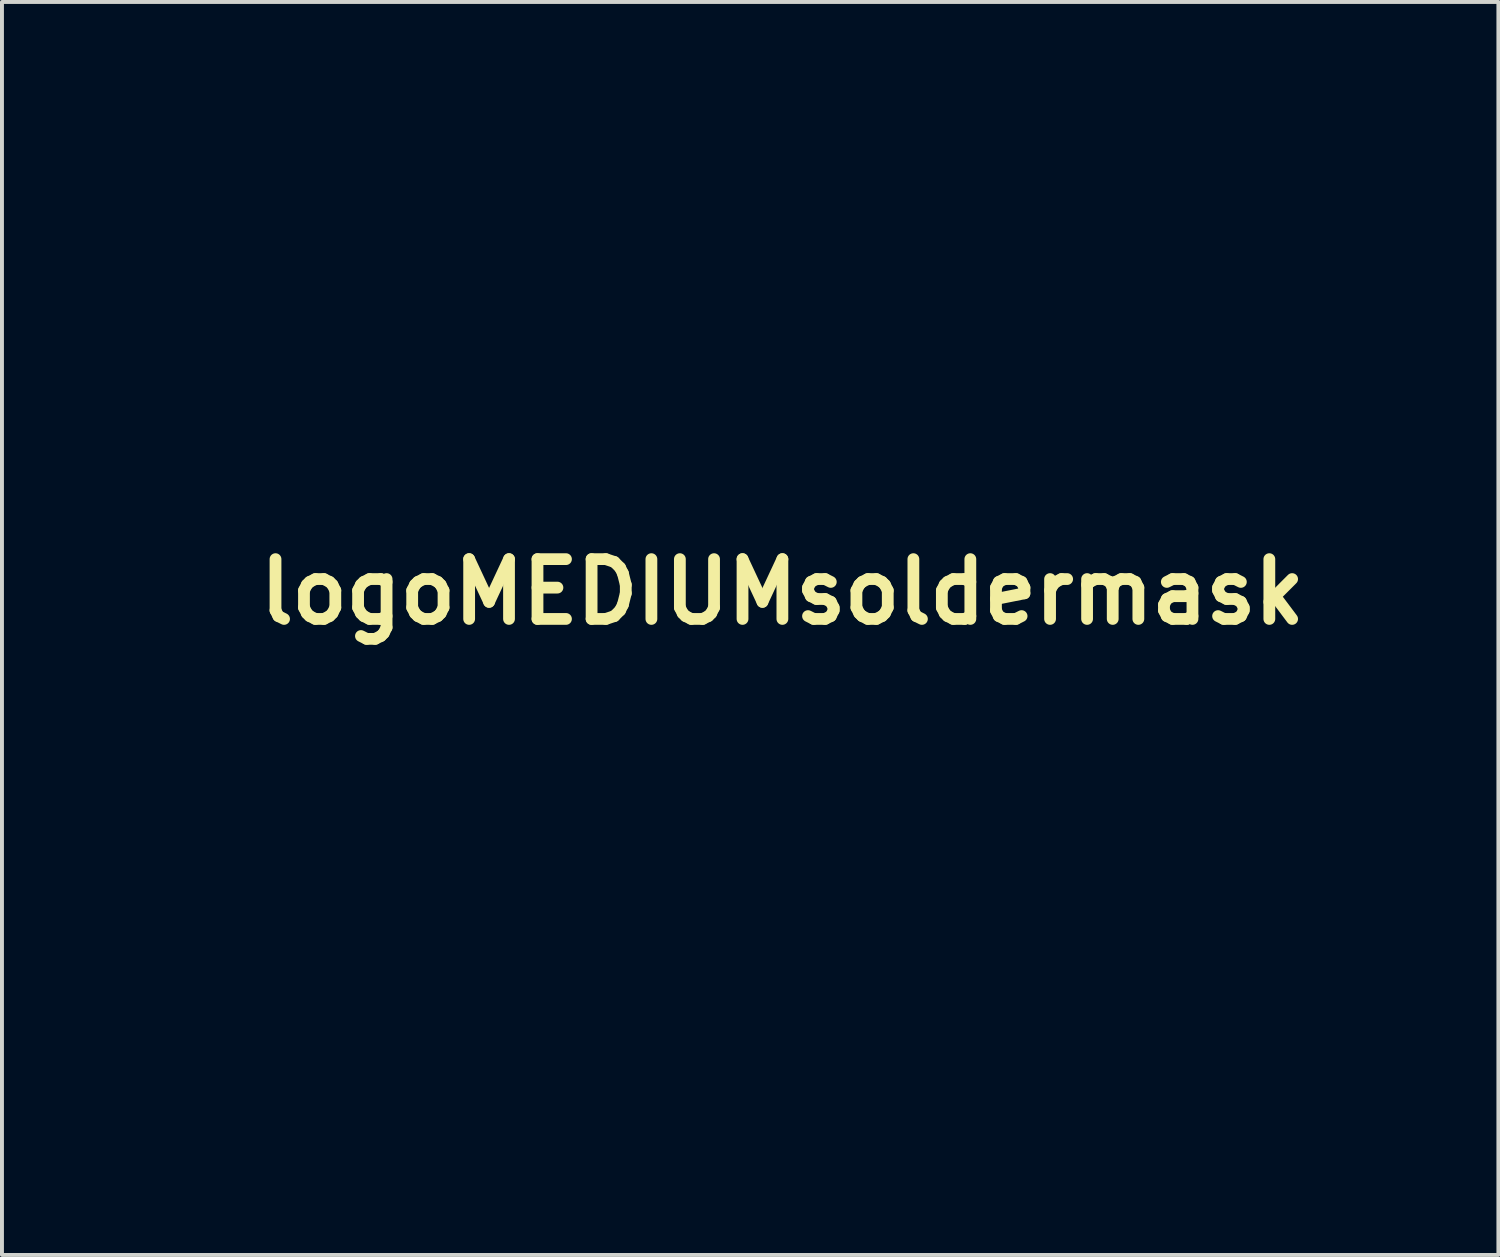
<source format=kicad_pcb>
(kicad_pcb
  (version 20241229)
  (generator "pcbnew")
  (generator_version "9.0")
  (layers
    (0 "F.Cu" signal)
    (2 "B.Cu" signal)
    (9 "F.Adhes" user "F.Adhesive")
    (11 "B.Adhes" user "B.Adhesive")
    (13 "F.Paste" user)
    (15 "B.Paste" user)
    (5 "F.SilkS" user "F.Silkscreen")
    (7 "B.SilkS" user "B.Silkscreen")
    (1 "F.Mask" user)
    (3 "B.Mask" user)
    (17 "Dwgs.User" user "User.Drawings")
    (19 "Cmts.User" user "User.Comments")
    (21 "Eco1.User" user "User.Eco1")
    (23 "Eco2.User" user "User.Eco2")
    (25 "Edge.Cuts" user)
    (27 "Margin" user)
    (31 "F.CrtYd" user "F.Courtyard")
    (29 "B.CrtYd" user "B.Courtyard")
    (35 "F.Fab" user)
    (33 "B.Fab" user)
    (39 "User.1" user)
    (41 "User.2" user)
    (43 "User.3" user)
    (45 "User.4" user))
  (footprint "logoMEDIUMsoldermask"
    (layer "F.Cu")
    (at 16.889 12.034)
    (property "Reference" "logoMEDIUMsoldermask" (at 0 0 0) (layer "F.SilkS") (effects (font (size 1.524 1.524) (thickness 0.3))))
    (attr through_hole)
    (fp_poly (pts (xy -8.672 12.954) (xy -9.035 12.954) (xy -9.035 10.414) (xy -8.672 10.414) (xy -8.672 12.954)) (stroke (width 0.01) (type solid)) (fill yes) (layer "F.Mask"))
    (fp_poly (pts (xy -8.684 9.448) (xy -8.656 9.479) (xy -8.605 9.6) (xy -8.624 9.712) (xy -8.695 9.795) (xy -8.811 9.859) (xy -8.914 9.855) (xy -9.019 9.781) (xy -9.019 9.781) (xy -9.08 9.699) (xy -9.108 9.621) (xy -9.108 9.617) (xy -9.076 9.517) (xy -8.997 9.444) (xy -8.89 9.403) (xy -8.779 9.402) (xy -8.684 9.448)) (stroke (width 0.01) (type solid)) (fill yes) (layer "F.Mask"))
    (fp_poly (pts (xy -13.235 9.58) (xy -12.916 9.582) (xy -12.657 9.59) (xy -12.448 9.604) (xy -12.277 9.627) (xy -12.133 9.659) (xy -12.004 9.702) (xy -11.923 9.737) (xy -11.682 9.88) (xy -11.501 10.064) (xy -11.379 10.289) (xy -11.317 10.556) (xy -11.307 10.722) (xy -11.335 11.016) (xy -11.422 11.268) (xy -11.568 11.479) (xy -11.774 11.649) (xy -11.877 11.707) (xy -12.053 11.797) (xy -11.989 11.895) (xy -11.945 11.959) (xy -11.868 12.068) (xy -11.768 12.21) (xy -11.654 12.369) (xy -11.612 12.428) (xy -11.499 12.585) (xy -11.401 12.723) (xy -11.325 12.831) (xy -11.28 12.897) (xy -11.272 12.909) (xy -11.274 12.936) (xy -11.329 12.95) (xy -11.437 12.953) (xy -11.63 12.953) (xy -12.011 12.411) (xy -12.392 11.869) (xy -12.981 11.867) (xy -13.571 11.865) (xy -13.571 12.954) (xy -13.934 12.954) (xy -13.934 11.582) (xy -13.571 11.582) (xy -12.927 11.569) (xy -12.686 11.563) (xy -12.505 11.555) (xy -12.371 11.545) (xy -12.271 11.53) (xy -12.193 11.51) (xy -12.123 11.482) (xy -12.119 11.481) (xy -11.918 11.352) (xy -11.77 11.177) (xy -11.681 10.966) (xy -11.654 10.723) (xy -11.659 10.639) (xy -11.715 10.404) (xy -11.83 10.212) (xy -12.004 10.061) (xy -12.053 10.031) (xy -12.124 9.993) (xy -12.186 9.965) (xy -12.254 9.946) (xy -12.339 9.932) (xy -12.455 9.924) (xy -12.614 9.918) (xy -12.829 9.914) (xy -12.909 9.912) (xy -13.571 9.9) (xy -13.571 11.582) (xy -13.934 11.582) (xy -13.934 9.579) (xy -13.235 9.58)) (stroke (width 0.01) (type solid)) (fill yes) (layer "F.Mask"))
    (fp_poly (pts (xy -0.276 10.435) (xy -0.043 10.499) (xy 0.147 10.61) (xy 0.212 10.666) (xy 0.285 10.743) (xy 0.343 10.823) (xy 0.388 10.914) (xy 0.421 11.026) (xy 0.445 11.168) (xy 0.459 11.349) (xy 0.468 11.578) (xy 0.471 11.865) (xy 0.472 12.072) (xy 0.472 12.954) (xy 0.145 12.954) (xy 0.145 12.577) (xy 0.027 12.691) (xy -0.139 12.821) (xy -0.325 12.904) (xy -0.548 12.945) (xy -0.726 12.953) (xy -0.903 12.948) (xy -1.035 12.931) (xy -1.149 12.897) (xy -1.22 12.867) (xy -1.41 12.75) (xy -1.538 12.602) (xy -1.609 12.414) (xy -1.626 12.28) (xy -1.63 12.164) (xy -1.298 12.164) (xy -1.293 12.321) (xy -1.243 12.465) (xy -1.152 12.573) (xy -1.118 12.595) (xy -0.91 12.669) (xy -0.675 12.693) (xy -0.44 12.667) (xy -0.229 12.592) (xy -0.203 12.577) (xy -0.029 12.436) (xy 0.088 12.256) (xy 0.142 12.046) (xy 0.145 11.98) (xy 0.145 11.793) (xy -0.403 11.793) (xy -0.663 11.796) (xy -0.862 11.808) (xy -1.009 11.831) (xy -1.114 11.868) (xy -1.189 11.922) (xy -1.243 11.995) (xy -1.253 12.014) (xy -1.298 12.164) (xy -1.63 12.164) (xy -1.63 12.138) (xy -1.616 12.035) (xy -1.576 11.94) (xy -1.55 11.893) (xy -1.458 11.772) (xy -1.334 11.676) (xy -1.173 11.603) (xy -0.965 11.552) (xy -0.705 11.52) (xy -0.384 11.505) (xy -0.209 11.503) (xy -0.038 11.502) (xy 0.071 11.493) (xy 0.129 11.465) (xy 0.146 11.406) (xy 0.133 11.306) (xy 0.106 11.18) (xy 0.034 10.997) (xy -0.091 10.857) (xy -0.258 10.76) (xy -0.461 10.708) (xy -0.688 10.705) (xy -0.933 10.752) (xy -1.185 10.852) (xy -1.201 10.86) (xy -1.441 10.983) (xy -1.507 10.861) (xy -1.542 10.786) (xy -1.546 10.732) (xy -1.509 10.686) (xy -1.422 10.632) (xy -1.323 10.582) (xy -1.093 10.487) (xy -0.854 10.433) (xy -0.578 10.415) (xy -0.56 10.415) (xy -0.276 10.435)) (stroke (width 0.01) (type solid)) (fill yes) (layer "F.Mask"))
    (fp_poly (pts (xy 11.967 9.734) (xy 11.956 9.888) (xy 11.185 9.898) (xy 10.926 9.902) (xy 10.731 9.906) (xy 10.592 9.913) (xy 10.499 9.921) (xy 10.444 9.933) (xy 10.419 9.948) (xy 10.414 9.963) (xy 10.41 10.028) (xy 10.4 10.146) (xy 10.385 10.297) (xy 10.367 10.462) (xy 10.35 10.619) (xy 10.334 10.751) (xy 10.322 10.835) (xy 10.304 10.948) (xy 10.767 10.968) (xy 10.986 10.983) (xy 11.188 11.004) (xy 11.35 11.031) (xy 11.426 11.049) (xy 11.688 11.158) (xy 11.888 11.304) (xy 12.028 11.49) (xy 12.108 11.717) (xy 12.13 11.974) (xy 12.094 12.243) (xy 11.998 12.474) (xy 11.845 12.665) (xy 11.637 12.812) (xy 11.377 12.912) (xy 11.07 12.963) (xy 11.067 12.963) (xy 10.932 12.97) (xy 10.808 12.97) (xy 10.759 12.966) (xy 10.513 12.925) (xy 10.275 12.86) (xy 10.062 12.778) (xy 9.889 12.684) (xy 9.786 12.598) (xy 9.746 12.548) (xy 9.742 12.504) (xy 9.777 12.439) (xy 9.802 12.4) (xy 9.884 12.275) (xy 10.049 12.393) (xy 10.291 12.528) (xy 10.565 12.617) (xy 10.85 12.657) (xy 11.125 12.643) (xy 11.254 12.615) (xy 11.458 12.535) (xy 11.605 12.428) (xy 11.708 12.282) (xy 11.724 12.249) (xy 11.785 12.04) (xy 11.78 11.837) (xy 11.711 11.651) (xy 11.582 11.496) (xy 11.578 11.493) (xy 11.471 11.418) (xy 11.345 11.362) (xy 11.189 11.323) (xy 10.991 11.299) (xy 10.741 11.287) (xy 10.537 11.285) (xy 10.344 11.283) (xy 10.179 11.279) (xy 10.053 11.271) (xy 9.981 11.263) (xy 9.968 11.258) (xy 9.968 11.215) (xy 9.974 11.111) (xy 9.987 10.957) (xy 10.005 10.763) (xy 10.027 10.541) (xy 10.037 10.45) (xy 10.061 10.218) (xy 10.083 10.01) (xy 10.101 9.835) (xy 10.114 9.707) (xy 10.121 9.635) (xy 10.122 9.625) (xy 10.139 9.61) (xy 10.192 9.599) (xy 10.289 9.591) (xy 10.435 9.585) (xy 10.638 9.581) (xy 10.904 9.58) (xy 11.051 9.579) (xy 11.978 9.579) (xy 11.967 9.734)) (stroke (width 0.01) (type solid)) (fill yes) (layer "F.Mask"))
    (fp_poly (pts (xy 7.162 9.573) (xy 7.342 9.595) (xy 7.508 9.627) (xy 7.642 9.666) (xy 7.729 9.708) (xy 7.749 9.727) (xy 7.746 9.775) (xy 7.716 9.859) (xy 7.704 9.886) (xy 7.651 9.974) (xy 7.602 9.997) (xy 7.586 9.993) (xy 7.417 9.927) (xy 7.272 9.889) (xy 7.119 9.874) (xy 6.927 9.876) (xy 6.912 9.877) (xy 6.739 9.888) (xy 6.612 9.907) (xy 6.506 9.941) (xy 6.396 9.995) (xy 6.392 9.997) (xy 6.207 10.119) (xy 6.065 10.269) (xy 5.947 10.465) (xy 5.926 10.511) (xy 5.88 10.64) (xy 5.839 10.807) (xy 5.807 10.99) (xy 5.788 11.165) (xy 5.784 11.309) (xy 5.792 11.382) (xy 5.808 11.429) (xy 5.83 11.433) (xy 5.871 11.386) (xy 5.912 11.33) (xy 6.055 11.188) (xy 6.252 11.069) (xy 6.486 10.984) (xy 6.599 10.959) (xy 6.887 10.937) (xy 7.16 10.974) (xy 7.408 11.065) (xy 7.621 11.206) (xy 7.788 11.391) (xy 7.873 11.545) (xy 7.934 11.764) (xy 7.947 12.004) (xy 7.911 12.239) (xy 7.83 12.445) (xy 7.817 12.469) (xy 7.654 12.664) (xy 7.441 12.816) (xy 7.19 12.918) (xy 6.911 12.968) (xy 6.614 12.962) (xy 6.536 12.95) (xy 6.243 12.868) (xy 5.994 12.728) (xy 5.791 12.532) (xy 5.633 12.283) (xy 5.522 11.98) (xy 5.501 11.865) (xy 5.926 11.865) (xy 5.928 12.067) (xy 5.991 12.254) (xy 6.108 12.418) (xy 6.274 12.547) (xy 6.482 12.634) (xy 6.611 12.659) (xy 6.828 12.669) (xy 7.039 12.646) (xy 7.216 12.593) (xy 7.245 12.579) (xy 7.41 12.457) (xy 7.529 12.294) (xy 7.599 12.107) (xy 7.617 11.909) (xy 7.581 11.716) (xy 7.489 11.542) (xy 7.43 11.476) (xy 7.235 11.335) (xy 7.004 11.257) (xy 6.804 11.238) (xy 6.531 11.262) (xy 6.303 11.34) (xy 6.124 11.47) (xy 5.995 11.649) (xy 5.991 11.658) (xy 5.926 11.865) (xy 5.501 11.865) (xy 5.459 11.626) (xy 5.443 11.314) (xy 5.462 10.944) (xy 5.521 10.627) (xy 5.624 10.355) (xy 5.773 10.119) (xy 5.848 10.031) (xy 6.065 9.831) (xy 6.299 9.691) (xy 6.563 9.605) (xy 6.87 9.567) (xy 6.985 9.565) (xy 7.162 9.573)) (stroke (width 0.01) (type solid)) (fill yes) (layer "F.Mask"))
    (fp_poly (pts (xy -3.883 11.566) (xy -3.884 11.86) (xy -3.888 12.142) (xy -3.893 12.4) (xy -3.9 12.623) (xy -3.908 12.8) (xy -3.917 12.92) (xy -3.921 12.949) (xy -3.994 13.235) (xy -4.115 13.466) (xy -4.286 13.646) (xy -4.508 13.778) (xy -4.639 13.826) (xy -4.866 13.874) (xy -5.129 13.894) (xy -5.398 13.885) (xy -5.642 13.847) (xy -5.648 13.846) (xy -5.79 13.803) (xy -5.944 13.742) (xy -6.091 13.674) (xy -6.209 13.608) (xy -6.277 13.554) (xy -6.298 13.502) (xy -6.276 13.431) (xy -6.255 13.391) (xy -6.204 13.318) (xy -6.167 13.281) (xy -6.163 13.281) (xy -6.12 13.298) (xy -6.037 13.344) (xy -5.962 13.39) (xy -5.822 13.459) (xy -5.646 13.522) (xy -5.515 13.556) (xy -5.22 13.595) (xy -4.952 13.582) (xy -4.717 13.522) (xy -4.523 13.417) (xy -4.377 13.27) (xy -4.287 13.083) (xy -4.284 13.073) (xy -4.265 12.966) (xy -4.251 12.819) (xy -4.246 12.665) (xy -4.245 12.395) (xy -4.381 12.528) (xy -4.551 12.667) (xy -4.733 12.759) (xy -4.945 12.81) (xy -5.205 12.827) (xy -5.225 12.827) (xy -5.402 12.824) (xy -5.531 12.812) (xy -5.636 12.788) (xy -5.742 12.746) (xy -5.771 12.733) (xy -6.006 12.597) (xy -6.187 12.431) (xy -6.33 12.217) (xy -6.357 12.164) (xy -6.422 12.021) (xy -6.458 11.9) (xy -6.473 11.767) (xy -6.475 11.66) (xy -6.136 11.66) (xy -6.096 11.883) (xy -6.008 12.092) (xy -5.873 12.273) (xy -5.697 12.415) (xy -5.49 12.503) (xy -5.263 12.546) (xy -5.055 12.541) (xy -4.867 12.498) (xy -4.691 12.42) (xy -4.523 12.301) (xy -4.387 12.16) (xy -4.333 12.077) (xy -4.263 11.882) (xy -4.232 11.66) (xy -4.245 11.449) (xy -4.248 11.432) (xy -4.328 11.195) (xy -4.458 11.007) (xy -4.646 10.859) (xy -4.732 10.812) (xy -4.866 10.75) (xy -4.969 10.717) (xy -5.075 10.706) (xy -5.216 10.711) (xy -5.234 10.712) (xy -5.482 10.749) (xy -5.684 10.828) (xy -5.859 10.959) (xy -5.924 11.026) (xy -6.053 11.219) (xy -6.123 11.435) (xy -6.136 11.66) (xy -6.475 11.66) (xy -6.476 11.65) (xy -6.461 11.419) (xy -6.421 11.218) (xy -6.41 11.186) (xy -6.307 10.98) (xy -6.149 10.785) (xy -5.957 10.619) (xy -5.813 10.534) (xy -5.711 10.487) (xy -5.62 10.457) (xy -5.518 10.441) (xy -5.384 10.433) (xy -5.225 10.432) (xy -5.042 10.434) (xy -4.911 10.443) (xy -4.811 10.462) (xy -4.722 10.494) (xy -4.666 10.52) (xy -4.53 10.602) (xy -4.395 10.707) (xy -4.348 10.751) (xy -4.209 10.894) (xy -4.209 10.414) (xy -3.883 10.414) (xy -3.883 11.566)) (stroke (width 0.01) (type solid)) (fill yes) (layer "F.Mask"))
    (fp_poly (pts (xy -5.369 -12.024) (xy -5.351 -12.002) (xy -5.338 -11.952) (xy -5.329 -11.865) (xy -5.323 -11.73) (xy -5.319 -11.536) (xy -5.317 -11.448) (xy -5.311 -11.271) (xy -5.299 -11.035) (xy -5.283 -10.753) (xy -5.262 -10.44) (xy -5.238 -10.107) (xy -5.212 -9.77) (xy -5.193 -9.543) (xy -5.155 -9.107) (xy -5.123 -8.737) (xy -5.096 -8.427) (xy -5.073 -8.171) (xy -5.052 -7.963) (xy -5.034 -7.797) (xy -5.018 -7.666) (xy -5.002 -7.565) (xy -4.986 -7.488) (xy -4.969 -7.428) (xy -4.951 -7.38) (xy -4.93 -7.337) (xy -4.905 -7.293) (xy -4.892 -7.27) (xy -4.832 -7.156) (xy -4.805 -7.082) (xy -4.808 -7.027) (xy -4.827 -6.983) (xy -4.844 -6.933) (xy -4.855 -6.849) (xy -4.86 -6.724) (xy -4.86 -6.548) (xy -4.855 -6.312) (xy -4.851 -6.2) (xy -4.829 -5.504) (xy -4.71 -5.381) (xy -4.59 -5.257) (xy -4.585 -4.84) (xy -4.581 -4.651) (xy -4.572 -4.52) (xy -4.558 -4.434) (xy -4.535 -4.378) (xy -4.516 -4.352) (xy -4.473 -4.287) (xy -4.484 -4.22) (xy -4.496 -4.197) (xy -4.517 -4.117) (xy -4.533 -3.969) (xy -4.543 -3.754) (xy -4.548 -3.551) (xy -4.554 -2.989) (xy -4.453 -2.856) (xy -4.291 -2.597) (xy -4.199 -2.339) (xy -4.179 -2.085) (xy -4.214 -1.884) (xy -4.236 -1.795) (xy -4.228 -1.732) (xy -4.183 -1.663) (xy -4.142 -1.615) (xy -4.069 -1.53) (xy -4.037 -1.477) (xy -4.042 -1.432) (xy -4.08 -1.369) (xy -4.091 -1.351) (xy -4.115 -1.307) (xy -4.131 -1.248) (xy -4.142 -1.165) (xy -4.147 -1.046) (xy -4.148 -0.877) (xy -4.145 -0.648) (xy -4.145 -0.644) (xy -4.136 -0.033) (xy -3.938 0.361) (xy -3.74 0.756) (xy -3.762 1.294) (xy -3.784 1.832) (xy -3.688 1.947) (xy -3.619 2.039) (xy -3.599 2.111) (xy -3.629 2.188) (xy -3.686 2.269) (xy -3.73 2.33) (xy -3.756 2.386) (xy -3.767 2.455) (xy -3.767 2.556) (xy -3.757 2.707) (xy -3.755 2.739) (xy -3.741 2.889) (xy -3.727 3.01) (xy -3.713 3.084) (xy -3.706 3.099) (xy -3.666 3.102) (xy -3.561 3.107) (xy -3.4 3.113) (xy -3.19 3.118) (xy -2.939 3.125) (xy -2.656 3.131) (xy -2.348 3.137) (xy -2.281 3.139) (xy -0.879 3.165) (xy -0.854 2.553) (xy -0.839 2.163) (xy -0.825 1.839) (xy -0.814 1.574) (xy -0.802 1.364) (xy -0.79 1.2) (xy -0.775 1.078) (xy -0.757 0.991) (xy -0.734 0.933) (xy -0.706 0.896) (xy -0.671 0.876) (xy -0.627 0.866) (xy -0.575 0.859) (xy -0.536 0.853) (xy -0.402 0.832) (xy -0.424 0.368) (xy -0.432 0.172) (xy -0.434 0.028) (xy -0.427 -0.084) (xy -0.409 -0.185) (xy -0.379 -0.293) (xy -0.348 -0.39) (xy -0.247 -0.641) (xy -0.114 -0.892) (xy 0.035 -1.119) (xy 0.145 -1.252) (xy 0.185 -1.298) (xy 0.214 -1.346) (xy 0.235 -1.41) (xy 0.252 -1.503) (xy 0.266 -1.638) (xy 0.282 -1.828) (xy 0.287 -1.892) (xy 0.302 -2.118) (xy 0.314 -2.354) (xy 0.323 -2.573) (xy 0.327 -2.749) (xy 0.327 -2.766) (xy 0.325 -2.932) (xy 0.317 -3.042) (xy 0.3 -3.111) (xy 0.272 -3.157) (xy 0.254 -3.175) (xy 0.214 -3.215) (xy 0.208 -3.251) (xy 0.241 -3.303) (xy 0.307 -3.378) (xy 0.395 -3.496) (xy 0.445 -3.621) (xy 0.46 -3.772) (xy 0.444 -3.968) (xy 0.438 -4.01) (xy 0.407 -4.245) (xy 0.398 -4.428) (xy 0.414 -4.578) (xy 0.462 -4.713) (xy 0.545 -4.853) (xy 0.67 -5.016) (xy 0.727 -5.085) (xy 0.817 -5.194) (xy 0.873 -5.272) (xy 0.903 -5.342) (xy 0.913 -5.427) (xy 0.912 -5.549) (xy 0.909 -5.647) (xy 0.913 -5.838) (xy 0.94 -5.974) (xy 0.958 -6.017) (xy 0.987 -6.112) (xy 1.006 -6.253) (xy 1.016 -6.417) (xy 1.015 -6.581) (xy 1.004 -6.723) (xy 0.981 -6.819) (xy 0.977 -6.826) (xy 0.963 -6.912) (xy 1.009 -6.976) (xy 1.103 -7.003) (xy 1.107 -7.003) (xy 1.176 -6.989) (xy 1.207 -6.939) (xy 1.204 -6.843) (xy 1.173 -6.71) (xy 1.142 -6.535) (xy 1.135 -6.355) (xy 1.152 -6.19) (xy 1.192 -6.063) (xy 1.221 -6.017) (xy 1.262 -5.932) (xy 1.285 -5.801) (xy 1.29 -5.648) (xy 1.274 -5.496) (xy 1.261 -5.435) (xy 1.253 -5.374) (xy 1.272 -5.311) (xy 1.328 -5.228) (xy 1.396 -5.145) (xy 1.573 -4.917) (xy 1.693 -4.713) (xy 1.76 -4.521) (xy 1.777 -4.326) (xy 1.749 -4.116) (xy 1.725 -4.023) (xy 1.688 -3.864) (xy 1.686 -3.741) (xy 1.725 -3.629) (xy 1.808 -3.5) (xy 1.836 -3.463) (xy 1.908 -3.364) (xy 1.942 -3.294) (xy 1.946 -3.227) (xy 1.928 -3.143) (xy 1.898 -2.97) (xy 1.878 -2.753) (xy 1.871 -2.519) (xy 1.877 -2.296) (xy 1.891 -2.148) (xy 1.91 -1.972) (xy 1.924 -1.777) (xy 1.927 -1.662) (xy 1.932 -1.526) (xy 1.951 -1.425) (xy 1.992 -1.328) (xy 2.066 -1.207) (xy 2.077 -1.189) (xy 2.16 -1.052) (xy 2.257 -0.879) (xy 2.352 -0.696) (xy 2.391 -0.617) (xy 2.556 -0.272) (xy 2.57 0.259) (xy 2.584 0.79) (xy 2.722 0.812) (xy 2.861 0.835) (xy 2.881 1.061) (xy 2.887 1.156) (xy 2.894 1.312) (xy 2.901 1.517) (xy 2.908 1.76) (xy 2.916 2.03) (xy 2.922 2.315) (xy 2.923 2.377) (xy 2.929 2.65) (xy 2.936 2.899) (xy 2.942 3.115) (xy 2.947 3.288) (xy 2.952 3.41) (xy 2.956 3.471) (xy 2.957 3.477) (xy 2.996 3.485) (xy 3.091 3.497) (xy 3.227 3.512) (xy 3.34 3.523) (xy 3.509 3.538) (xy 3.622 3.544) (xy 3.694 3.539) (xy 3.742 3.522) (xy 3.783 3.492) (xy 3.793 3.482) (xy 3.885 3.426) (xy 4.006 3.417) (xy 4.013 3.417) (xy 4.107 3.436) (xy 4.182 3.483) (xy 4.264 3.576) (xy 4.271 3.586) (xy 4.348 3.703) (xy 4.384 3.81) (xy 4.391 3.915) (xy 4.409 4.052) (xy 4.467 4.201) (xy 4.571 4.371) (xy 4.726 4.573) (xy 4.778 4.635) (xy 4.863 4.728) (xy 4.946 4.797) (xy 5.038 4.846) (xy 5.152 4.876) (xy 5.299 4.891) (xy 5.492 4.894) (xy 5.742 4.888) (xy 5.821 4.885) (xy 6.018 4.876) (xy 6.187 4.867) (xy 6.317 4.86) (xy 6.394 4.853) (xy 6.411 4.85) (xy 6.415 4.812) (xy 6.42 4.711) (xy 6.425 4.557) (xy 6.431 4.36) (xy 6.437 4.129) (xy 6.442 3.898) (xy 6.449 3.635) (xy 6.455 3.389) (xy 6.462 3.17) (xy 6.469 2.992) (xy 6.476 2.865) (xy 6.48 2.808) (xy 6.495 2.717) (xy 6.524 2.67) (xy 6.588 2.647) (xy 6.671 2.635) (xy 6.843 2.612) (xy 7.128 0.118) (xy 7.176 -0.311) (xy 7.223 -0.727) (xy 7.267 -1.124) (xy 7.307 -1.494) (xy 7.344 -1.83) (xy 7.375 -2.125) (xy 7.401 -2.373) (xy 7.42 -2.567) (xy 7.431 -2.698) (xy 7.435 -2.74) (xy 7.446 -2.905) (xy 7.457 -3.011) (xy 7.473 -3.072) (xy 7.497 -3.102) (xy 7.533 -3.113) (xy 7.538 -3.114) (xy 7.598 -3.11) (xy 7.619 -3.062) (xy 7.62 -3.023) (xy 7.623 -2.95) (xy 7.63 -2.81) (xy 7.642 -2.603) (xy 7.66 -2.329) (xy 7.682 -1.985) (xy 7.709 -1.573) (xy 7.742 -1.091) (xy 7.78 -0.538) (xy 7.823 0.086) (xy 7.856 0.571) (xy 7.881 0.931) (xy 7.904 1.272) (xy 7.926 1.586) (xy 7.944 1.866) (xy 7.96 2.104) (xy 7.971 2.293) (xy 7.979 2.427) (xy 7.983 2.496) (xy 7.983 2.502) (xy 7.987 2.562) (xy 8.009 2.595) (xy 8.068 2.611) (xy 8.181 2.619) (xy 8.191 2.62) (xy 8.4 2.631) (xy 8.423 3.284) (xy 8.431 3.507) (xy 8.438 3.717) (xy 8.444 3.898) (xy 8.448 4.034) (xy 8.45 4.1) (xy 8.456 4.171) (xy 8.475 4.238) (xy 8.512 4.315) (xy 8.576 4.413) (xy 8.673 4.545) (xy 8.772 4.675) (xy 9.09 5.087) (xy 10.269 5.062) (xy 10.554 5.056) (xy 10.816 5.048) (xy 11.046 5.04) (xy 11.235 5.032) (xy 11.374 5.025) (xy 11.454 5.018) (xy 11.471 5.014) (xy 11.477 4.973) (xy 11.486 4.868) (xy 11.496 4.706) (xy 11.508 4.494) (xy 11.521 4.24) (xy 11.535 3.952) (xy 11.548 3.637) (xy 11.555 3.465) (xy 11.569 3.14) (xy 11.583 2.837) (xy 11.596 2.564) (xy 11.609 2.329) (xy 11.62 2.14) (xy 11.63 2.004) (xy 11.638 1.929) (xy 11.641 1.917) (xy 11.688 1.903) (xy 11.785 1.89) (xy 11.911 1.881) (xy 12.043 1.877) (xy 12.117 1.883) (xy 12.15 1.902) (xy 12.156 1.929) (xy 12.176 2.04) (xy 12.24 2.095) (xy 12.305 2.105) (xy 12.375 2.097) (xy 12.404 2.061) (xy 12.41 1.976) (xy 12.41 1.847) (xy 12.598 1.858) (xy 12.709 1.867) (xy 12.77 1.888) (xy 12.801 1.933) (xy 12.817 1.989) (xy 12.844 2.067) (xy 12.887 2.098) (xy 12.973 2.098) (xy 12.983 2.098) (xy 13.073 2.084) (xy 13.113 2.048) (xy 13.129 1.969) (xy 13.129 1.968) (xy 13.142 1.893) (xy 13.176 1.859) (xy 13.254 1.851) (xy 13.285 1.851) (xy 13.438 1.867) (xy 13.535 1.916) (xy 13.571 1.993) (xy 13.571 1.997) (xy 13.582 2.042) (xy 13.627 2.063) (xy 13.726 2.068) (xy 13.734 2.068) (xy 13.835 2.065) (xy 13.883 2.046) (xy 13.897 2.002) (xy 13.897 1.978) (xy 13.903 1.926) (xy 13.93 1.899) (xy 13.997 1.888) (xy 14.097 1.887) (xy 14.211 1.889) (xy 14.27 1.901) (xy 14.293 1.933) (xy 14.297 1.994) (xy 14.297 1.996) (xy 14.305 2.066) (xy 14.342 2.1) (xy 14.42 2.103) (xy 14.544 2.082) (xy 14.635 2.043) (xy 14.667 1.983) (xy 14.686 1.933) (xy 14.741 1.904) (xy 14.847 1.884) (xy 14.859 1.883) (xy 14.969 1.873) (xy 15.049 1.874) (xy 15.071 1.878) (xy 15.081 1.919) (xy 15.086 2.017) (xy 15.085 2.157) (xy 15.079 2.299) (xy 15.073 2.415) (xy 15.064 2.594) (xy 15.052 2.829) (xy 15.038 3.11) (xy 15.022 3.428) (xy 15.005 3.776) (xy 14.987 4.145) (xy 14.969 4.525) (xy 14.964 4.622) (xy 14.871 6.541) (xy 15.056 6.729) (xy 15.242 6.917) (xy 15.205 7.695) (xy 15.194 7.934) (xy 15.184 8.157) (xy 15.176 8.35) (xy 15.17 8.5) (xy 15.168 8.594) (xy 15.168 8.609) (xy 15.167 8.745) (xy -16.79 8.745) (xy -16.814 7.629) (xy -16.821 7.332) (xy -16.829 7.041) (xy -16.837 6.769) (xy -16.845 6.529) (xy -16.853 6.333) (xy -16.86 6.194) (xy -16.861 6.172) (xy -16.884 5.831) (xy -16.68 5.855) (xy -16.477 5.879) (xy -16.456 5.355) (xy -16.114 5.283) (xy -15.773 5.211) (xy -15.798 4.221) (xy -15.805 3.958) (xy -15.813 3.718) (xy -15.821 3.51) (xy -15.828 3.345) (xy -15.836 3.232) (xy -15.842 3.181) (xy -15.842 3.18) (xy -15.836 3.155) (xy -15.79 3.133) (xy -15.694 3.113) (xy -15.538 3.092) (xy -15.487 3.086) (xy -15.323 3.066) (xy -15.181 3.046) (xy -15.08 3.03) (xy -15.044 3.023) (xy -15.024 3.014) (xy -15.008 2.997) (xy -14.997 2.961) (xy -14.99 2.901) (xy -14.986 2.807) (xy -14.986 2.672) (xy -14.988 2.487) (xy -14.993 2.246) (xy -15 1.97) (xy -15.025 0.937) (xy -14.827 0.949) (xy -14.63 0.962) (xy -14.609 0.802) (xy -14.599 0.692) (xy -14.591 0.537) (xy -14.587 0.365) (xy -14.587 0.304) (xy -14.586 0.146) (xy -14.581 0.044) (xy -14.567 -0.017) (xy -14.54 -0.054) (xy -14.497 -0.081) (xy -14.484 -0.087) (xy -14.385 -0.146) (xy -14.331 -0.207) (xy -14.316 -0.289) (xy -14.332 -0.411) (xy -14.349 -0.489) (xy -14.388 -0.676) (xy -14.401 -0.821) (xy -14.388 -0.947) (xy -14.348 -1.08) (xy -14.319 -1.153) (xy -14.293 -1.219) (xy -14.273 -1.285) (xy -14.256 -1.363) (xy -14.242 -1.461) (xy -14.23 -1.589) (xy -14.22 -1.757) (xy -14.209 -1.973) (xy -14.197 -2.248) (xy -14.19 -2.405) (xy -14.176 -2.745) (xy -14.162 -3.018) (xy -14.148 -3.232) (xy -14.132 -3.392) (xy -14.115 -3.505) (xy -14.095 -3.578) (xy -14.072 -3.617) (xy -14.046 -3.629) (xy -14.026 -3.623) (xy -14.009 -3.6) (xy -13.995 -3.552) (xy -13.981 -3.472) (xy -13.968 -3.351) (xy -13.954 -3.182) (xy -13.938 -2.957) (xy -13.919 -2.667) (xy -13.918 -2.649) (xy -13.896 -2.311) (xy -13.878 -2.036) (xy -13.863 -1.818) (xy -13.849 -1.648) (xy -13.836 -1.517) (xy -13.822 -1.417) (xy -13.806 -1.341) (xy -13.788 -1.28) (xy -13.766 -1.225) (xy -13.738 -1.169) (xy -13.713 -1.12) (xy -13.599 -0.893) (xy -13.645 -0.572) (xy -13.664 -0.412) (xy -13.67 -0.292) (xy -13.662 -0.227) (xy -13.658 -0.22) (xy -13.604 -0.19) (xy -13.513 -0.154) (xy -13.489 -0.147) (xy -13.353 -0.103) (xy -13.353 0.944) (xy -13.158 0.921) (xy -12.962 0.898) (xy -12.935 1.881) (xy -12.909 2.864) (xy -12.704 2.922) (xy -12.551 2.967) (xy -12.377 3.02) (xy -12.278 3.051) (xy -12.056 3.124) (xy -12.032 3.802) (xy -12.024 4.041) (xy -12.014 4.275) (xy -12.004 4.489) (xy -11.995 4.662) (xy -11.988 4.759) (xy -11.967 5.037) (xy -11.659 5.083) (xy -11.511 5.11) (xy -11.389 5.141) (xy -11.312 5.171) (xy -11.299 5.18) (xy -11.27 5.241) (xy -11.254 5.36) (xy -11.249 5.536) (xy -11.247 5.686) (xy -11.24 5.777) (xy -11.225 5.824) (xy -11.199 5.841) (xy -11.181 5.842) (xy -11.097 5.849) (xy -10.993 5.866) (xy -10.874 5.89) (xy -10.898 4.409) (xy -10.923 2.929) (xy -10.832 2.809) (xy -10.792 2.753) (xy -10.766 2.696) (xy -10.751 2.622) (xy -10.743 2.516) (xy -10.741 2.36) (xy -10.741 2.267) (xy -10.743 2.064) (xy -10.752 1.92) (xy -10.769 1.82) (xy -10.795 1.751) (xy -10.8 1.743) (xy -10.833 1.677) (xy -10.835 1.624) (xy -10.799 1.556) (xy -10.767 1.507) (xy -10.711 1.418) (xy -10.695 1.355) (xy -10.711 1.285) (xy -10.726 1.249) (xy -10.77 1.12) (xy -10.774 1.014) (xy -10.734 0.915) (xy -10.642 0.804) (xy -10.559 0.723) (xy -10.341 0.519) (xy -10.341 -0.069) (xy -10.339 -0.274) (xy -10.333 -0.456) (xy -10.324 -0.602) (xy -10.313 -0.698) (xy -10.305 -0.726) (xy -10.291 -0.787) (xy -10.335 -0.84) (xy -10.347 -0.849) (xy -10.4 -0.896) (xy -10.395 -0.938) (xy -10.374 -0.966) (xy -10.305 -1.023) (xy -10.21 -1.075) (xy -10.208 -1.076) (xy -10.112 -1.139) (xy -10.044 -1.224) (xy -10.044 -1.224) (xy -9.986 -1.306) (xy -9.926 -1.315) (xy -9.868 -1.253) (xy -9.859 -1.237) (xy -9.794 -1.164) (xy -9.7 -1.11) (xy -9.699 -1.11) (xy -9.578 -1.057) (xy -9.52 -0.997) (xy -9.518 -0.917) (xy -9.532 -0.872) (xy -9.551 -0.772) (xy -9.554 -0.616) (xy -9.541 -0.395) (xy -9.541 -0.392) (xy -9.527 -0.191) (xy -9.516 0.025) (xy -9.509 0.218) (xy -9.508 0.28) (xy -9.507 0.577) (xy -9.379 0.638) (xy -9.216 0.745) (xy -9.114 0.879) (xy -9.077 1.032) (xy -9.109 1.196) (xy -9.129 1.24) (xy -9.162 1.312) (xy -9.16 1.363) (xy -9.117 1.423) (xy -9.077 1.465) (xy -8.968 1.578) (xy -9.042 1.72) (xy -9.075 1.794) (xy -9.095 1.872) (xy -9.105 1.973) (xy -9.106 2.114) (xy -9.102 2.258) (xy -9.095 2.434) (xy -9.085 2.553) (xy -9.071 2.628) (xy -9.047 2.676) (xy -9.012 2.711) (xy -9.003 2.719) (xy -8.976 2.74) (xy -8.955 2.766) (xy -8.937 2.803) (xy -8.921 2.862) (xy -8.907 2.949) (xy -8.892 3.073) (xy -8.876 3.242) (xy -8.857 3.465) (xy -8.834 3.749) (xy -8.827 3.846) (xy -8.799 4.191) (xy -8.626 4.202) (xy -8.519 4.213) (xy -8.458 4.241) (xy -8.418 4.303) (xy -8.393 4.362) (xy -8.334 4.51) (xy -7.823 4.487) (xy -7.587 4.478) (xy -7.328 4.47) (xy -7.08 4.465) (xy -6.885 4.463) (xy -6.459 4.463) (xy -6.459 2.445) (xy -6.568 2.34) (xy -6.636 2.269) (xy -6.674 2.217) (xy -6.677 2.208) (xy -6.658 2.164) (xy -6.61 2.084) (xy -6.582 2.043) (xy -6.532 1.962) (xy -6.506 1.887) (xy -6.499 1.794) (xy -6.506 1.655) (xy -6.506 1.651) (xy -6.526 1.475) (xy -6.558 1.284) (xy -6.585 1.163) (xy -6.616 1.026) (xy -6.626 0.908) (xy -6.613 0.792) (xy -6.573 0.662) (xy -6.502 0.5) (xy -6.419 0.329) (xy -6.236 -0.032) (xy -6.248 -0.647) (xy -6.253 -0.88) (xy -6.26 -1.05) (xy -6.269 -1.17) (xy -6.283 -1.251) (xy -6.301 -1.302) (xy -6.321 -1.331) (xy -6.36 -1.383) (xy -6.359 -1.43) (xy -6.316 -1.502) (xy -6.286 -1.558) (xy -6.268 -1.626) (xy -6.261 -1.72) (xy -6.263 -1.859) (xy -6.268 -1.978) (xy -6.276 -2.148) (xy -6.276 -2.266) (xy -6.266 -2.352) (xy -6.242 -2.426) (xy -6.2 -2.508) (xy -6.176 -2.55) (xy -6.061 -2.788) (xy -5.986 -3.03) (xy -5.946 -3.301) (xy -5.935 -3.556) (xy -5.936 -3.74) (xy -5.944 -3.87) (xy -5.962 -3.966) (xy -5.992 -4.047) (xy -6.009 -4.083) (xy -6.059 -4.209) (xy -6.06 -4.3) (xy -6.047 -4.366) (xy -6.032 -4.484) (xy -6.017 -4.638) (xy -6.008 -4.753) (xy -5.993 -4.944) (xy -5.972 -5.081) (xy -5.943 -5.185) (xy -5.902 -5.273) (xy -5.894 -5.286) (xy -5.851 -5.371) (xy -5.823 -5.459) (xy -5.809 -5.57) (xy -5.803 -5.726) (xy -5.802 -5.776) (xy -5.798 -5.982) (xy -5.789 -6.214) (xy -5.777 -6.427) (xy -5.775 -6.455) (xy -5.766 -6.66) (xy -5.773 -6.805) (xy -5.796 -6.902) (xy -5.796 -6.903) (xy -5.838 -7.043) (xy -5.824 -7.138) (xy -5.784 -7.177) (xy -5.768 -7.194) (xy -5.752 -7.229) (xy -5.737 -7.288) (xy -5.722 -7.375) (xy -5.706 -7.494) (xy -5.69 -7.651) (xy -5.671 -7.851) (xy -5.651 -8.098) (xy -5.628 -8.398) (xy -5.603 -8.755) (xy -5.574 -9.173) (xy -5.541 -9.659) (xy -5.535 -9.743) (xy -5.501 -10.267) (xy -5.474 -10.72) (xy -5.454 -11.103) (xy -5.441 -11.416) (xy -5.435 -11.659) (xy -5.436 -11.835) (xy -5.444 -11.943) (xy -5.446 -11.956) (xy -5.439 -12.015) (xy -5.394 -12.029) (xy -5.369 -12.024)) (stroke (width 0.01) (type solid)) (fill yes) (layer "F.Mask")))
  (gr_rect
    (start -3 -3)
    (end 35.136 28.932)
    (stroke (width 0.1) (type default))
    (fill no)
    (layer "Edge.Cuts")))
</source>
